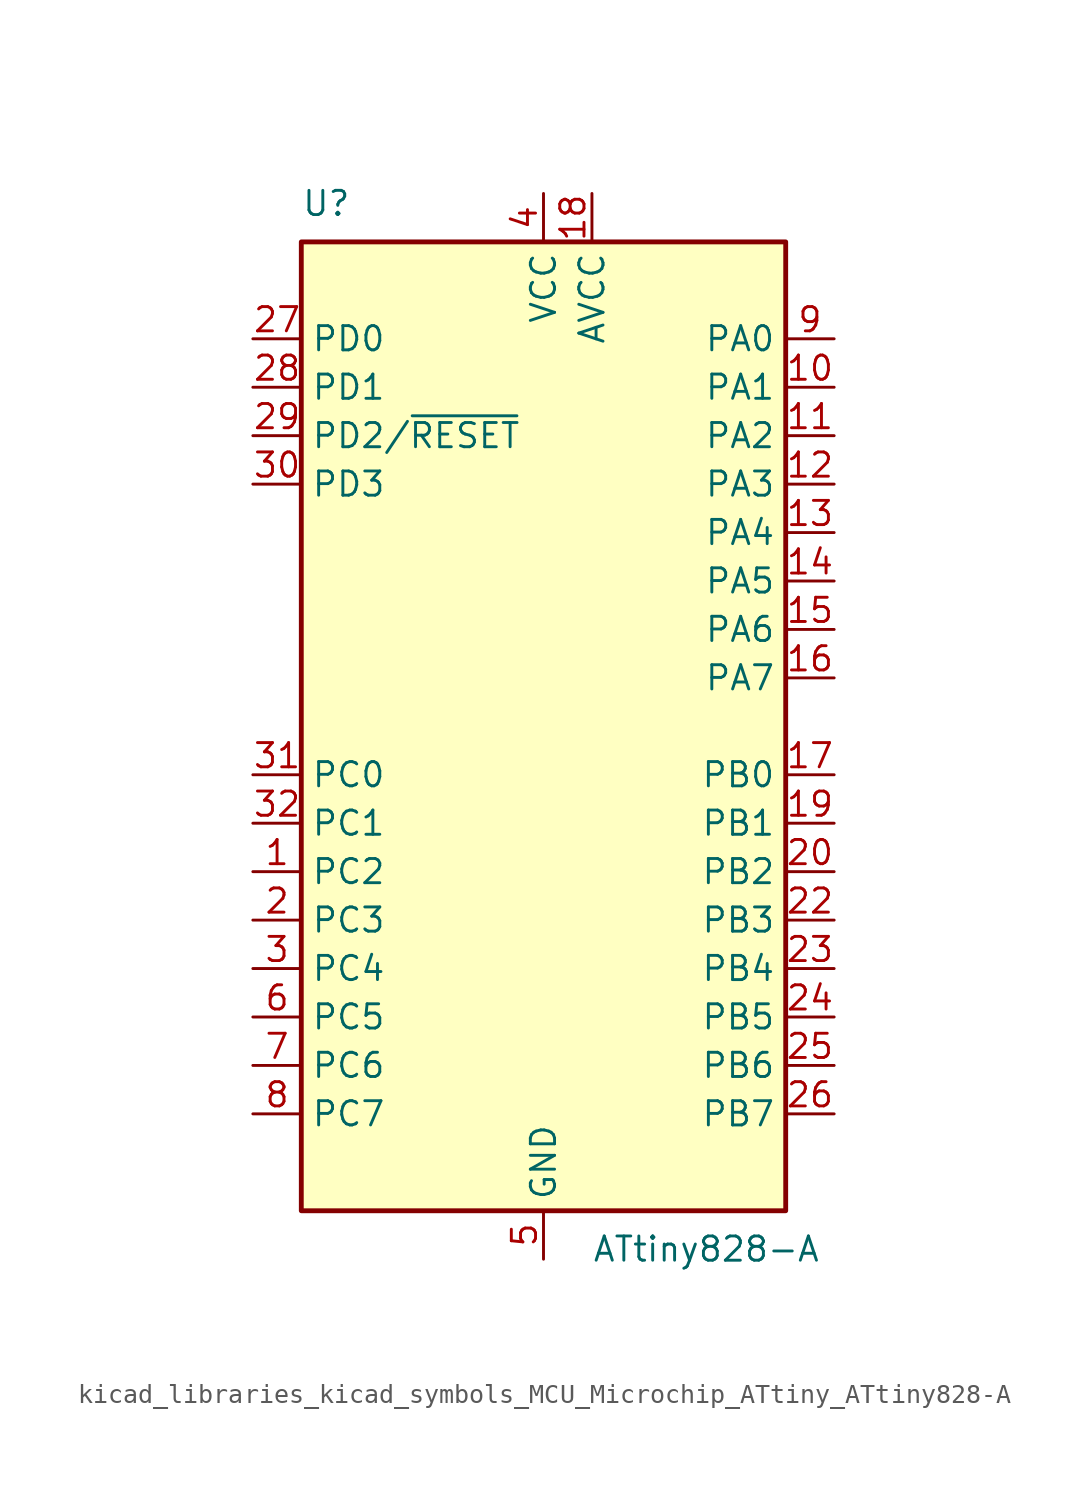
<source format=kicad_sym>
(kicad_symbol_lib
  (version 20220914)
  (generator kicad_symbol_editor)
  (symbol "kicad_libraries_kicad_symbols_MCU_Microchip_ATtiny_ATtiny828-A"
    (property "Reference" "U"
      (at -12.7 26.67 0)
      (effects (font (size 1.27 1.27)) (justify left bottom)))
    (property "Value" "ATtiny828-A"
      (at 2.54 -26.67 0)
      (effects (font (size 1.27 1.27)) (justify left top)))
    (symbol "kicad_libraries_kicad_symbols_MCU_Microchip_ATtiny_ATtiny828-A_0_1"
      (rectangle (start -12.7 -25.4) (end 12.7 25.4) (stroke (width 0.254) (type default)) (fill (type background))))
    (symbol "kicad_libraries_kicad_symbols_MCU_Microchip_ATtiny_ATtiny828-A_1_1"
      (pin bidirectional line (at -15.24 -7.62 0) (length 2.54) (name "PC2" (effects (font (size 1.27 1.27)))) (number "1" (effects (font (size 1.27 1.27)))))
      (pin bidirectional line (at 15.24 17.78 180) (length 2.54) (name "PA1" (effects (font (size 1.27 1.27)))) (number "10" (effects (font (size 1.27 1.27)))))
      (pin bidirectional line (at 15.24 15.24 180) (length 2.54) (name "PA2" (effects (font (size 1.27 1.27)))) (number "11" (effects (font (size 1.27 1.27)))))
      (pin bidirectional line (at 15.24 12.7 180) (length 2.54) (name "PA3" (effects (font (size 1.27 1.27)))) (number "12" (effects (font (size 1.27 1.27)))))
      (pin bidirectional line (at 15.24 10.16 180) (length 2.54) (name "PA4" (effects (font (size 1.27 1.27)))) (number "13" (effects (font (size 1.27 1.27)))))
      (pin bidirectional line (at 15.24 7.62 180) (length 2.54) (name "PA5" (effects (font (size 1.27 1.27)))) (number "14" (effects (font (size 1.27 1.27)))))
      (pin bidirectional line (at 15.24 5.08 180) (length 2.54) (name "PA6" (effects (font (size 1.27 1.27)))) (number "15" (effects (font (size 1.27 1.27)))))
      (pin bidirectional line (at 15.24 2.54 180) (length 2.54) (name "PA7" (effects (font (size 1.27 1.27)))) (number "16" (effects (font (size 1.27 1.27)))))
      (pin bidirectional line (at 15.24 -2.54 180) (length 2.54) (name "PB0" (effects (font (size 1.27 1.27)))) (number "17" (effects (font (size 1.27 1.27)))))
      (pin power_in line (at 2.54 27.94 270) (length 2.54) (name "AVCC" (effects (font (size 1.27 1.27)))) (number "18" (effects (font (size 1.27 1.27)))))
      (pin bidirectional line (at 15.24 -5.08 180) (length 2.54) (name "PB1" (effects (font (size 1.27 1.27)))) (number "19" (effects (font (size 1.27 1.27)))))
      (pin bidirectional line (at -15.24 -10.16 0) (length 2.54) (name "PC3" (effects (font (size 1.27 1.27)))) (number "2" (effects (font (size 1.27 1.27)))))
      (pin bidirectional line (at 15.24 -7.62 180) (length 2.54) (name "PB2" (effects (font (size 1.27 1.27)))) (number "20" (effects (font (size 1.27 1.27)))))
      (pin passive line (at 0 -27.94 90) (length 2.54) hide (name "GND" (effects (font (size 1.27 1.27)))) (number "21" (effects (font (size 1.27 1.27)))))
      (pin bidirectional line (at 15.24 -10.16 180) (length 2.54) (name "PB3" (effects (font (size 1.27 1.27)))) (number "22" (effects (font (size 1.27 1.27)))))
      (pin bidirectional line (at 15.24 -12.7 180) (length 2.54) (name "PB4" (effects (font (size 1.27 1.27)))) (number "23" (effects (font (size 1.27 1.27)))))
      (pin bidirectional line (at 15.24 -15.24 180) (length 2.54) (name "PB5" (effects (font (size 1.27 1.27)))) (number "24" (effects (font (size 1.27 1.27)))))
      (pin bidirectional line (at 15.24 -17.78 180) (length 2.54) (name "PB6" (effects (font (size 1.27 1.27)))) (number "25" (effects (font (size 1.27 1.27)))))
      (pin bidirectional line (at 15.24 -20.32 180) (length 2.54) (name "PB7" (effects (font (size 1.27 1.27)))) (number "26" (effects (font (size 1.27 1.27)))))
      (pin bidirectional line (at -15.24 20.32 0) (length 2.54) (name "PD0" (effects (font (size 1.27 1.27)))) (number "27" (effects (font (size 1.27 1.27)))))
      (pin bidirectional line (at -15.24 17.78 0) (length 2.54) (name "PD1" (effects (font (size 1.27 1.27)))) (number "28" (effects (font (size 1.27 1.27)))))
      (pin bidirectional line (at -15.24 15.24 0) (length 2.54) (name "PD2/~{RESET}" (effects (font (size 1.27 1.27)))) (number "29" (effects (font (size 1.27 1.27)))))
      (pin bidirectional line (at -15.24 -12.7 0) (length 2.54) (name "PC4" (effects (font (size 1.27 1.27)))) (number "3" (effects (font (size 1.27 1.27)))))
      (pin bidirectional line (at -15.24 12.7 0) (length 2.54) (name "PD3" (effects (font (size 1.27 1.27)))) (number "30" (effects (font (size 1.27 1.27)))))
      (pin bidirectional line (at -15.24 -2.54 0) (length 2.54) (name "PC0" (effects (font (size 1.27 1.27)))) (number "31" (effects (font (size 1.27 1.27)))))
      (pin bidirectional line (at -15.24 -5.08 0) (length 2.54) (name "PC1" (effects (font (size 1.27 1.27)))) (number "32" (effects (font (size 1.27 1.27)))))
      (pin power_in line (at 0 27.94 270) (length 2.54) (name "VCC" (effects (font (size 1.27 1.27)))) (number "4" (effects (font (size 1.27 1.27)))))
      (pin power_in line (at 0 -27.94 90) (length 2.54) (name "GND" (effects (font (size 1.27 1.27)))) (number "5" (effects (font (size 1.27 1.27)))))
      (pin bidirectional line (at -15.24 -15.24 0) (length 2.54) (name "PC5" (effects (font (size 1.27 1.27)))) (number "6" (effects (font (size 1.27 1.27)))))
      (pin bidirectional line (at -15.24 -17.78 0) (length 2.54) (name "PC6" (effects (font (size 1.27 1.27)))) (number "7" (effects (font (size 1.27 1.27)))))
      (pin bidirectional line (at -15.24 -20.32 0) (length 2.54) (name "PC7" (effects (font (size 1.27 1.27)))) (number "8" (effects (font (size 1.27 1.27)))))
      (pin bidirectional line (at 15.24 20.32 180) (length 2.54) (name "PA0" (effects (font (size 1.27 1.27)))) (number "9" (effects (font (size 1.27 1.27))))))))
</source>
